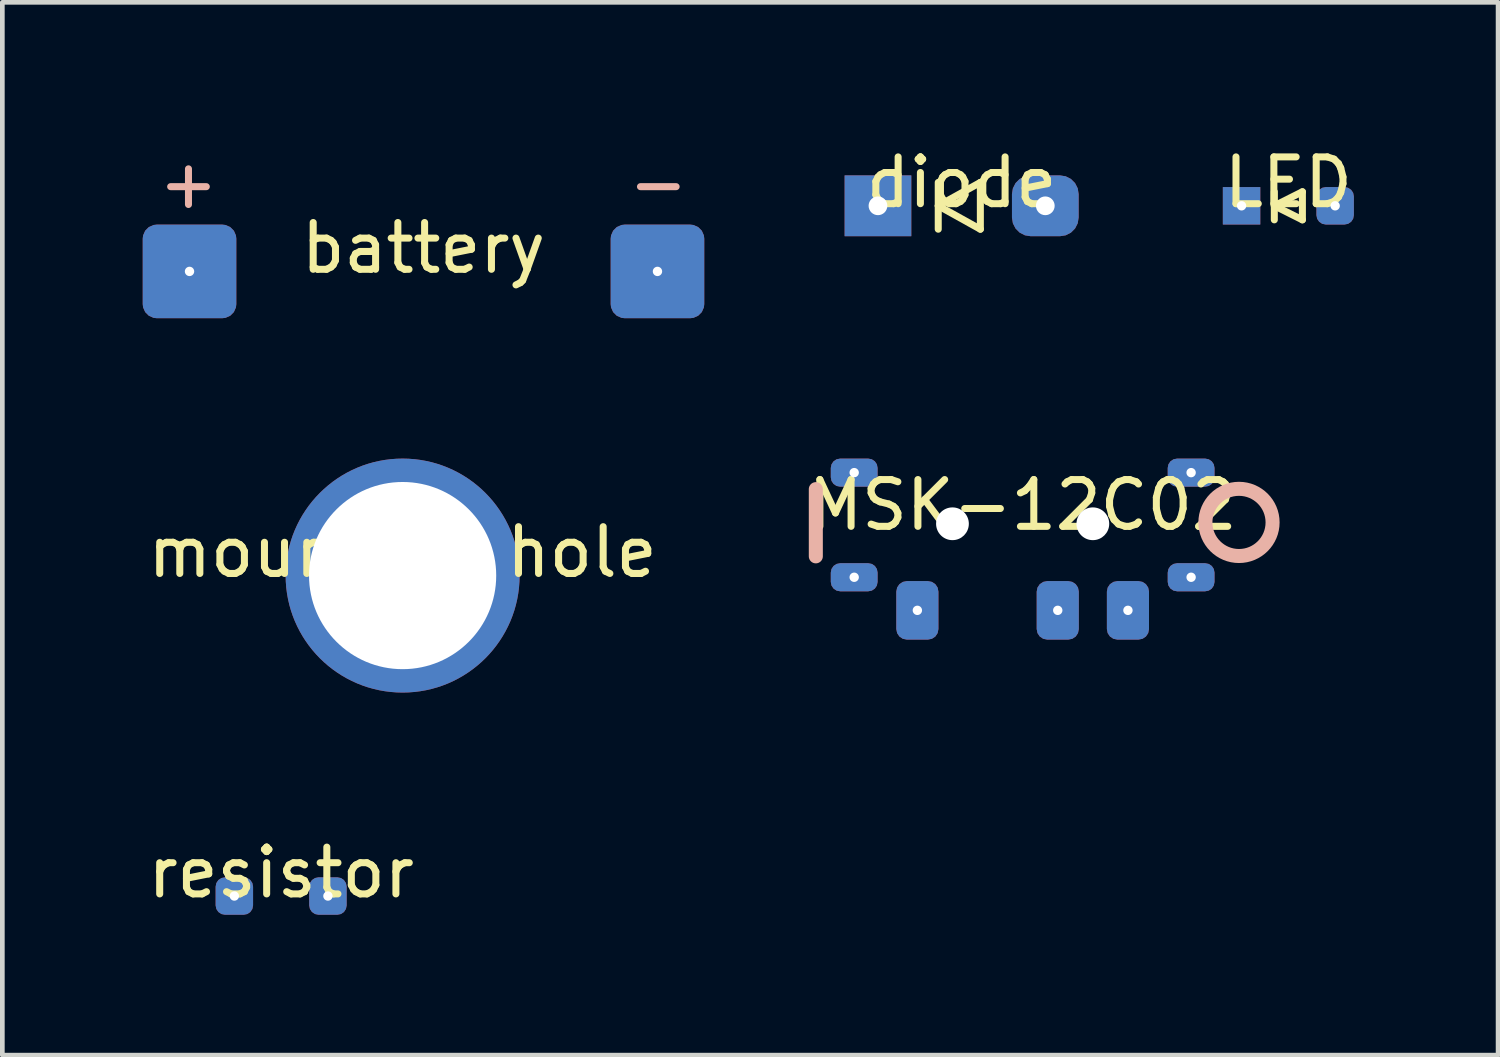
<source format=kicad_pcb>
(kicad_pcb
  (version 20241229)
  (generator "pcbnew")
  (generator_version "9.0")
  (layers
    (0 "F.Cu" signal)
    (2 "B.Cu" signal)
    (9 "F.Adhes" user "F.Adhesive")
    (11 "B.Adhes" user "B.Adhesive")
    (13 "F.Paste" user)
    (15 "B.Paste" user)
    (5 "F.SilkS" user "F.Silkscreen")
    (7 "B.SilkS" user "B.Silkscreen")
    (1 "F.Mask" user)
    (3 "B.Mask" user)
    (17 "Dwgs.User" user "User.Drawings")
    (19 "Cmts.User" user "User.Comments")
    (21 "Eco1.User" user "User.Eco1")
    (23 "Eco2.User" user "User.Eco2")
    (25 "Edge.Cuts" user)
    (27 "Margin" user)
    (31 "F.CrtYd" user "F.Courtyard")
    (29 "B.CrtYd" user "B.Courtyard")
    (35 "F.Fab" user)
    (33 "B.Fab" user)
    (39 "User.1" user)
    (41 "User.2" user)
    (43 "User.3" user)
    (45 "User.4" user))
  (footprint "battery"
    (layer "F.Cu")
    (at 6 2.75)
    (property "Reference" "battery" (at 0 -0.5 0) (unlocked yes) (layer "F.SilkS") (effects (font (size 1 1) (thickness 0.15))))
    (attr smd)
    (fp_text user "+" (at -5.74 -1.3 0) (unlocked yes) (layer "B.SilkS") (effects (font (size 1 1) (thickness 0.15)) (justify left bottom)))
    (fp_text user "-" (at 4.3 -1.3 0) (unlocked yes) (layer "B.SilkS") (effects (font (size 1 1) (thickness 0.15)) (justify left bottom)))
    (pad "1" thru_hole roundrect (at -5 0) (size 2 2) (drill 0.2) (layers "*.Cu" "B.Mask" "B.Paste") (roundrect_rratio 0.15))
    (pad "2" thru_hole roundrect (at 5 0) (size 2 2) (drill 0.2) (layers "*.Cu" "B.Mask" "B.Paste") (roundrect_rratio 0.15)))
  (footprint "MSK-12C02"
    (layer "F.Cu")
    (at 18.804 8.243)
    (property "Reference" "MSK-12C02" (at 0 -0.5 0) (unlocked yes) (layer "F.SilkS") (effects (font (size 1 1) (thickness 0.15))))
    (attr smd)
    (fp_line (start -4.42 -0.84) (end -4.42 0.596) (stroke (width 0.3) (type solid)) (layer "B.SilkS"))
    (fp_circle (center 4.623 -0.129) (end 4.623 0.589) (stroke (width 0.3) (type solid)) (fill no) (layer "B.SilkS"))
    (pad "" thru_hole roundrect (at -3.6 -1.193) (size 1 0.6) (drill 0.2) (layers "*.Cu" "B.Mask" "B.Paste") (roundrect_rratio 0.333))
    (pad "" thru_hole roundrect (at -3.6 1.043) (size 1 0.6) (drill 0.2) (layers "*.Cu" "B.Mask" "B.Paste") (roundrect_rratio 0.333))
    (pad "" np_thru_hole circle (at -1.5 -0.1 90) (size 0.7 0.7) (drill 0.7) (layers "*.Cu" "*.Mask"))
    (pad "" np_thru_hole circle (at 1.5 -0.1 90) (size 0.7 0.7) (drill 0.7) (layers "*.Cu" "*.Mask"))
    (pad "" thru_hole roundrect (at 3.6 -1.193) (size 1 0.6) (drill 0.2) (layers "*.Cu" "B.Mask" "B.Paste") (roundrect_rratio 0.333))
    (pad "" thru_hole roundrect (at 3.6 1.043) (size 1 0.6) (drill 0.2) (layers "*.Cu" "B.Mask" "B.Paste") (roundrect_rratio 0.333))
    (pad "1" thru_hole roundrect (at -2.25 1.75 270) (size 1.25 0.9) (drill 0.2) (layers "*.Cu" "B.Mask" "B.Paste") (roundrect_rratio 0.25))
    (pad "2" thru_hole roundrect (at 0.75 1.75 270) (size 1.25 0.9) (drill 0.2) (layers "*.Cu" "B.Mask" "B.Paste") (roundrect_rratio 0.25))
    (pad "3" thru_hole roundrect (at 2.25 1.75 270) (size 1.25 0.9) (drill 0.2) (layers "*.Cu" "B.Mask" "B.Paste") (roundrect_rratio 0.25)))
  (footprint "LED"
    (layer "F.Cu")
    (at 24.482 1.348)
    (property "Reference" "LED" (at 0 -0.5 0) (unlocked yes) (layer "F.SilkS") (effects (font (size 1 1) (thickness 0.15))))
    (attr smd)
    (fp_line (start -0.3 -0.3) (end -0.3 0.3) (stroke (width 0.15) (type solid)) (layer "F.SilkS"))
    (fp_line (start -0.3 0) (end 0.3 -0.3) (stroke (width 0.15) (type solid)) (layer "F.SilkS"))
    (fp_line (start -0.3 0) (end 0.3 0.3) (stroke (width 0.15) (type solid)) (layer "F.SilkS"))
    (fp_line (start 0.3 -0.3) (end 0.3 0.3) (stroke (width 0.15) (type solid)) (layer "F.SilkS"))
    (pad "1" thru_hole roundrect (at 1 0) (size 0.8 0.8) (drill 0.2) (layers "*.Cu" "F.Mask" "F.Paste") (roundrect_rratio 0.25))
    (pad "2" thru_hole rect (at -1 0) (size 0.8 0.8) (drill 0.2) (layers "*.Cu" "F.Mask" "F.Paste")))
  (footprint "mounting hole"
    (layer "F.Cu")
    (at 5.554 9.25)
    (property "Reference" "mounting hole" (at 0 -0.5 0) (unlocked yes) (layer "F.SilkS") (effects (font (size 1 1) (thickness 0.15))))
    (attr smd)
    (pad "" thru_hole circle (at 0 0) (size 5 5) (drill 4) (layers "*.Cu" "*.Mask")))
  (footprint "diode"
    (layer "F.Cu")
    (at 17.5 1.348)
    (property "Reference" "diode" (at 0 -0.5 0) (unlocked yes) (layer "F.SilkS") (effects (font (size 1 1) (thickness 0.15))))
    (attr smd)
    (fp_line (start -0.5 -0.5) (end -0.5 0.5) (stroke (width 0.15) (type solid)) (layer "F.SilkS"))
    (fp_line (start -0.5 0) (end 0.4 -0.5) (stroke (width 0.15) (type solid)) (layer "F.SilkS"))
    (fp_line (start -0.5 0) (end 0.4 0.5) (stroke (width 0.15) (type solid)) (layer "F.SilkS"))
    (fp_line (start 0.4 -0.5) (end 0.4 0.5) (stroke (width 0.15) (type solid)) (layer "F.SilkS"))
    (pad "1" thru_hole roundrect (at 1.788 0) (size 1.425 1.3) (drill 0.4) (layers "*.Cu" "F.Mask" "F.Paste") (roundrect_rratio 0.308))
    (pad "2" thru_hole rect (at -1.788 0) (size 1.425 1.3) (drill 0.4) (layers "*.Cu" "F.Mask" "F.Paste")))
  (footprint "resistor"
    (layer "F.Cu")
    (at 2.958 16.098)
    (property "Reference" "resistor" (at 0 -0.5 0) (unlocked yes) (layer "F.SilkS") (effects (font (size 1 1) (thickness 0.15))))
    (attr smd)
    (pad "1" thru_hole roundrect (at 1 0) (size 0.8 0.8) (drill 0.2) (layers "*.Cu" "F.Mask" "F.Paste") (roundrect_rratio 0.25))
    (pad "2" thru_hole roundrect (at -1 0) (size 0.8 0.8) (drill 0.2) (layers "*.Cu" "F.Mask" "F.Paste") (roundrect_rratio 0.25)))
  (gr_rect
    (start -3 -3)
    (end 28.964 19.498)
    (stroke (width 0.1) (type default))
    (fill no)
    (layer "Edge.Cuts")))
</source>
